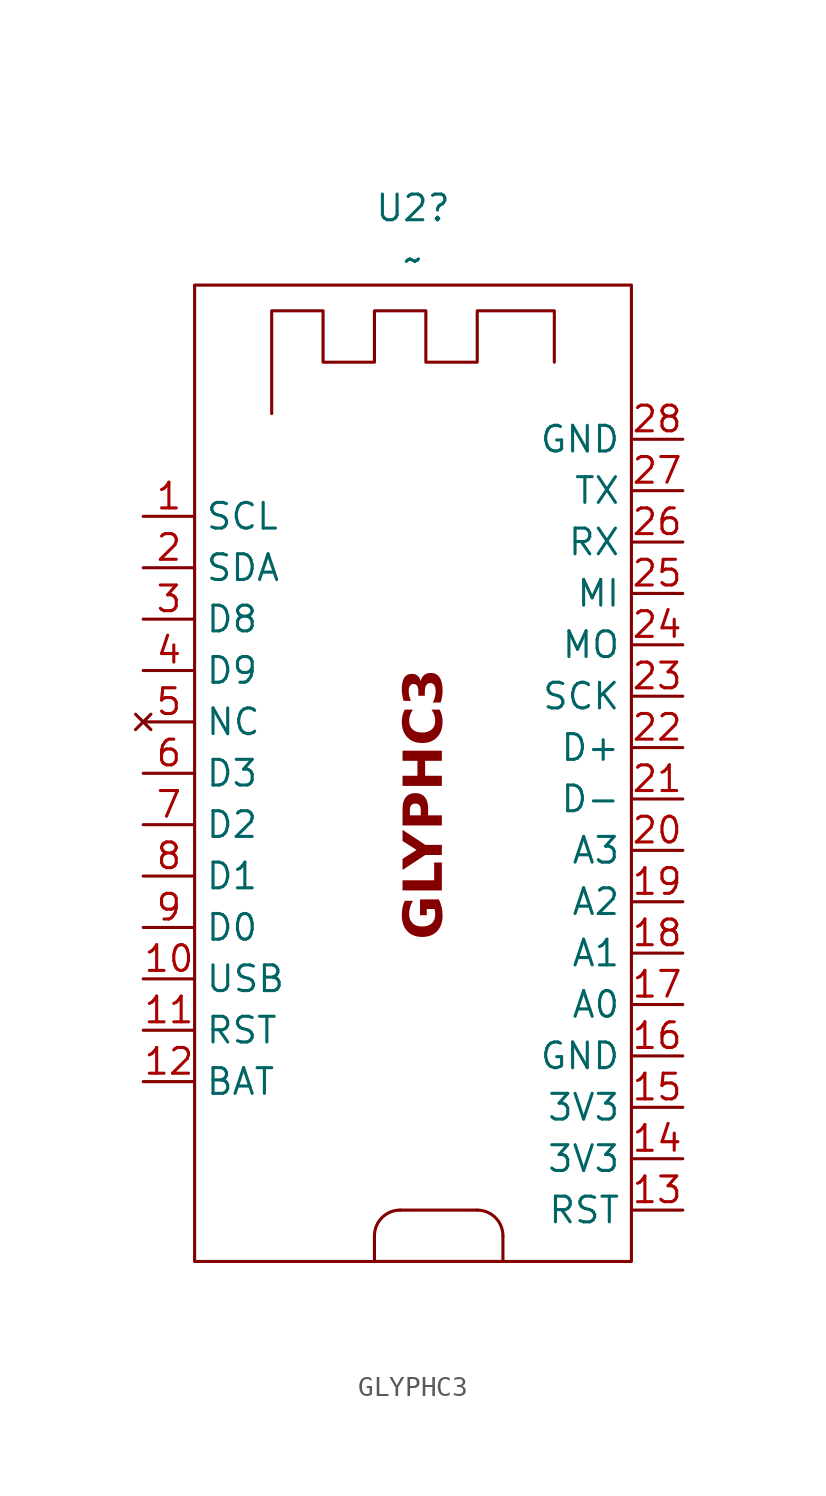
<source format=kicad_sym>
(kicad_symbol_lib
  (version 20241209)
  (generator "kicad_symbol_editor")
  (generator_version "9.0")
  (symbol "GLYPHC3"
    (property "Reference" "U2"
      (at -0.635 29.21 0)
      (effects (font (size 1.27 1.27))))
    (property "Value" "~"
      (at -0.635 26.67 0)
      (effects (font (size 1.27 1.27))))
    (symbol "GLYPHC3_0_1"
      (rectangle (start -11.43 25.4) (end 10.16 -22.86) (stroke (width 0) (type default)) (fill (type none)))
      (polyline (pts (xy -7.62 19.05) (xy -7.62 24.13) (xy -5.08 24.13) (xy -5.08 21.59) (xy -2.54 21.59) (xy -2.54 24.13) (xy 0 24.13) (xy 0 21.59) (xy 2.54 21.59) (xy 2.54 24.13) (xy 6.35 24.13) (xy 6.35 21.59)) (stroke (width 0) (type default)) (fill (type none)))
      (polyline (pts (xy -2.54 -21.59) (xy -2.54 -22.86)) (stroke (width 0) (type default)) (fill (type none)))
      (polyline (pts (xy -2.54 -22.86) (xy 3.81 -22.86)) (stroke (width 0) (type default)) (fill (type none)))
      (arc (start -2.54 -21.59) (mid -2.168 -20.692) (end -1.27 -20.32) (stroke (width 0) (type default)) (fill (type none)))
      (polyline (pts (xy 2.54 -20.32) (xy -1.27 -20.32)) (stroke (width 0) (type default)) (fill (type none)))
      (arc (start 2.5401 -20.3199) (mid 3.4381 -20.6919) (end 3.8101 -21.5899) (stroke (width 0) (type default)) (fill (type none)))
      (polyline (pts (xy 3.81 -21.59) (xy 3.81 -22.86)) (stroke (width 0) (type default)) (fill (type none)))
      (rectangle (start 3.81 -22.86) (end 3.81 -22.86) (stroke (width 0) (type default)) (fill (type none))))
    (symbol "GLYPHC3_1_0"
      (pin power_in line (at -13.97 -8.89 0) (length 2.54) (name "USB" (effects (font (size 1.27 1.27)))) (number "10" (effects (font (size 1.27 1.27)))))
      (pin passive line (at -13.97 -11.43 0) (length 2.54) (name "RST" (effects (font (size 1.27 1.27)))) (number "11" (effects (font (size 1.27 1.27)))))
      (pin power_in line (at -13.97 -13.97 0) (length 2.54) (name "BAT" (effects (font (size 1.27 1.27)))) (number "12" (effects (font (size 1.27 1.27)))))
      (pin power_in line (at 12.7 17.78 180) (length 2.54) (name "GND" (effects (font (size 1.27 1.27)))) (number "28" (effects (font (size 1.27 1.27)))))
      (pin bidirectional line (at 12.7 15.24 180) (length 2.54) (name "TX" (effects (font (size 1.27 1.27)))) (number "27" (effects (font (size 1.27 1.27)))))
      (pin bidirectional line (at 12.7 12.7 180) (length 2.54) (name "RX" (effects (font (size 1.27 1.27)))) (number "26" (effects (font (size 1.27 1.27)))))
      (pin bidirectional line (at 12.7 10.16 180) (length 2.54) (name "MI" (effects (font (size 1.27 1.27)))) (number "25" (effects (font (size 1.27 1.27)))))
      (pin bidirectional line (at 12.7 7.62 180) (length 2.54) (name "MO" (effects (font (size 1.27 1.27)))) (number "24" (effects (font (size 1.27 1.27)))))
      (pin bidirectional line (at 12.7 5.08 180) (length 2.54) (name "SCK" (effects (font (size 1.27 1.27)))) (number "23" (effects (font (size 1.27 1.27)))))
      (pin bidirectional line (at 12.7 2.54 180) (length 2.54) (name "D+" (effects (font (size 1.27 1.27)))) (number "22" (effects (font (size 1.27 1.27)))))
      (pin bidirectional line (at 12.7 0 180) (length 2.54) (name "D-" (effects (font (size 1.27 1.27)))) (number "21" (effects (font (size 1.27 1.27)))))
      (pin bidirectional line (at 12.7 -2.54 180) (length 2.54) (name "A3" (effects (font (size 1.27 1.27)))) (number "20" (effects (font (size 1.27 1.27)))))
      (pin bidirectional line (at 12.7 -5.08 180) (length 2.54) (name "A2" (effects (font (size 1.27 1.27)))) (number "19" (effects (font (size 1.27 1.27)))))
      (pin bidirectional line (at 12.7 -7.62 180) (length 2.54) (name "A1" (effects (font (size 1.27 1.27)))) (number "18" (effects (font (size 1.27 1.27)))))
      (pin bidirectional line (at 12.7 -10.16 180) (length 2.54) (name "A0" (effects (font (size 1.27 1.27)))) (number "17" (effects (font (size 1.27 1.27)))))
      (pin power_in line (at 12.7 -12.7 180) (length 2.54) (name "GND" (effects (font (size 1.27 1.27)))) (number "16" (effects (font (size 1.27 1.27)))))
      (pin power_in line (at 12.7 -15.24 180) (length 2.54) (name "3V3" (effects (font (size 1.27 1.27)))) (number "15" (effects (font (size 1.27 1.27)))))
      (pin power_in line (at 12.7 -17.78 180) (length 2.54) (name "3V3" (effects (font (size 1.27 1.27)))) (number "14" (effects (font (size 1.27 1.27)))))
      (pin passive line (at 12.7 -20.32 180) (length 2.54) (name "RST" (effects (font (size 1.27 1.27)))) (number "13" (effects (font (size 1.27 1.27))))))
    (symbol "GLYPHC3_1_1"
      (text "GLYPHC3" (at 0 -0.254 900) (effects (font (face "Lexend") (size 1.905 1.905) (bold yes))))
      (pin bidirectional line (at -13.97 13.97 0) (length 2.54) (name "SCL" (effects (font (size 1.27 1.27)))) (number "1" (effects (font (size 1.27 1.27)))))
      (pin bidirectional line (at -13.97 11.43 0) (length 2.54) (name "SDA" (effects (font (size 1.27 1.27)))) (number "2" (effects (font (size 1.27 1.27)))))
      (pin bidirectional line (at -13.97 8.89 0) (length 2.54) (name "D8" (effects (font (size 1.27 1.27)))) (number "3" (effects (font (size 1.27 1.27)))))
      (pin bidirectional line (at -13.97 6.35 0) (length 2.54) (name "D9" (effects (font (size 1.27 1.27)))) (number "4" (effects (font (size 1.27 1.27)))))
      (pin no_connect line (at -13.97 3.81 0) (length 2.54) (name "NC" (effects (font (size 1.27 1.27)))) (number "5" (effects (font (size 1.27 1.27)))))
      (pin bidirectional line (at -13.97 1.27 0) (length 2.54) (name "D3" (effects (font (size 1.27 1.27)))) (number "6" (effects (font (size 1.27 1.27)))))
      (pin bidirectional line (at -13.97 -1.27 0) (length 2.54) (name "D2" (effects (font (size 1.27 1.27)))) (number "7" (effects (font (size 1.27 1.27)))))
      (pin bidirectional line (at -13.97 -3.81 0) (length 2.54) (name "D1" (effects (font (size 1.27 1.27)))) (number "8" (effects (font (size 1.27 1.27)))))
      (pin bidirectional line (at -13.97 -6.35 0) (length 2.54) (name "D0" (effects (font (size 1.27 1.27)))) (number "9" (effects (font (size 1.27 1.27))))))))
</source>
